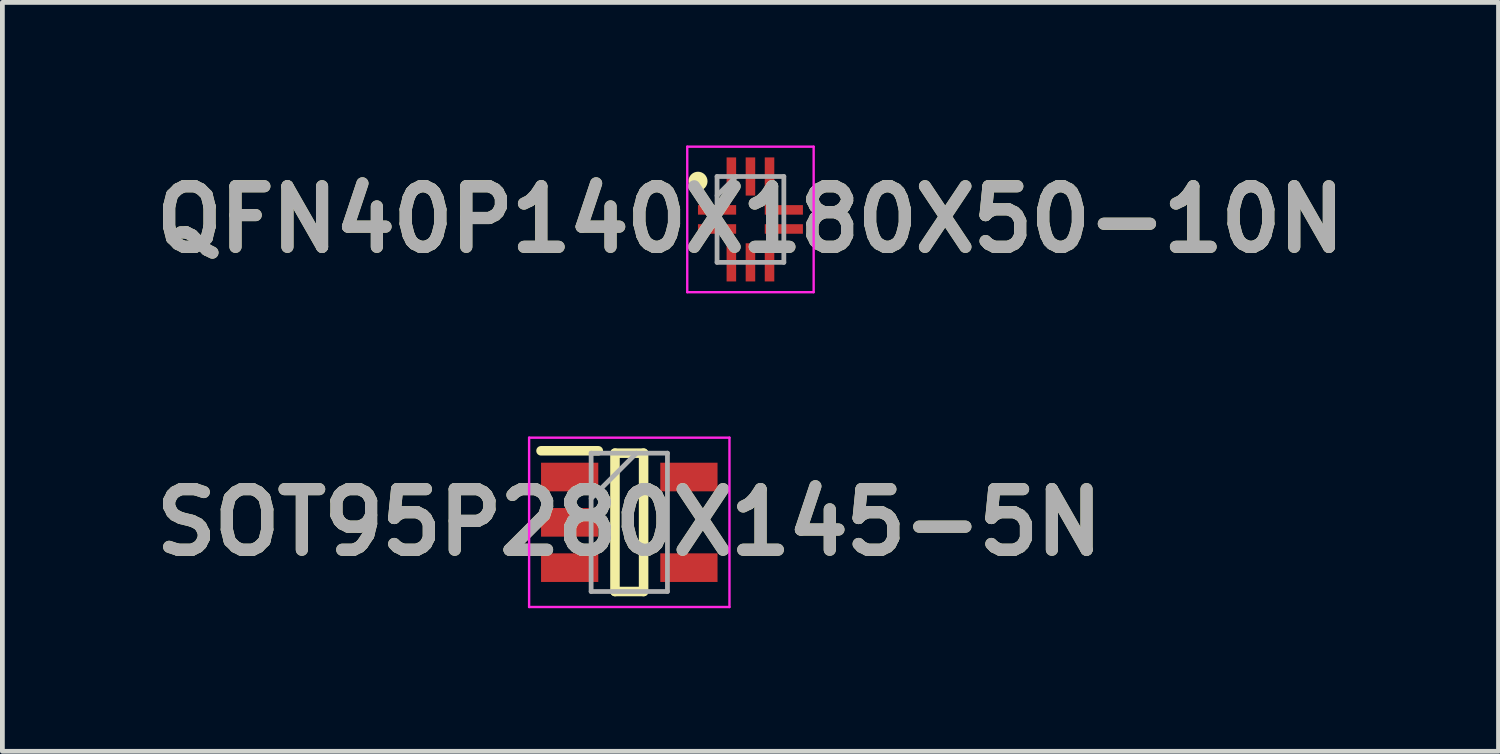
<source format=kicad_pcb>
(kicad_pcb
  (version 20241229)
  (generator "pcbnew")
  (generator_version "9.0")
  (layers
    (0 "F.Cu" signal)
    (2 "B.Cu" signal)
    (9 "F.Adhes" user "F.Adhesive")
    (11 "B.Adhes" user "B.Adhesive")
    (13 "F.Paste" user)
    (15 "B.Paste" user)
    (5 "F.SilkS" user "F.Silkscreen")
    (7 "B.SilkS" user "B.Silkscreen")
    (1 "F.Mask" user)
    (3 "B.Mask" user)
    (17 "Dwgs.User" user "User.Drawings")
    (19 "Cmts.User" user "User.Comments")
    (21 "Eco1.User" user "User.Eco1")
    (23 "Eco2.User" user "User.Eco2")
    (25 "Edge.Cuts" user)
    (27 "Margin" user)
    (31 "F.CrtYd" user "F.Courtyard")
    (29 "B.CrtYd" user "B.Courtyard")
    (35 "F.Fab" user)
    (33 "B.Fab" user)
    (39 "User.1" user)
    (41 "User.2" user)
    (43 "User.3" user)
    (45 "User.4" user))
  (footprint "QFN40P140X180X50-10N"
    (layer "F.Cu")
    (at 12.682 1.55)
    (property "Reference" "QFN40P140X180X50-10N" (at 0 0 0) (layer "F.SilkS") (effects (font (size 1.27 1.27) (thickness 0.254))))
    (attr smd)
    (fp_circle (center -1.1 -0.8) (end -1.1 -0.7) (stroke (width 0.2) (type solid)) (fill no) (layer "F.SilkS"))
    (fp_line (start -1.325 -1.525) (end 1.325 -1.525) (stroke (width 0.05) (type solid)) (layer "F.CrtYd"))
    (fp_line (start -1.325 1.525) (end -1.325 -1.525) (stroke (width 0.05) (type solid)) (layer "F.CrtYd"))
    (fp_line (start 1.325 -1.525) (end 1.325 1.525) (stroke (width 0.05) (type solid)) (layer "F.CrtYd"))
    (fp_line (start 1.325 1.525) (end -1.325 1.525) (stroke (width 0.05) (type solid)) (layer "F.CrtYd"))
    (fp_line (start -0.7 -0.9) (end 0.7 -0.9) (stroke (width 0.1) (type solid)) (layer "F.Fab"))
    (fp_line (start -0.7 -0.5) (end -0.3 -0.9) (stroke (width 0.1) (type solid)) (layer "F.Fab"))
    (fp_line (start -0.7 0.9) (end -0.7 -0.9) (stroke (width 0.1) (type solid)) (layer "F.Fab"))
    (fp_line (start 0.7 -0.9) (end 0.7 0.9) (stroke (width 0.1) (type solid)) (layer "F.Fab"))
    (fp_line (start 0.7 0.9) (end -0.7 0.9) (stroke (width 0.1) (type solid)) (layer "F.Fab"))
    (fp_text user "${REFERENCE}" (at 0 0 0) (layer "F.Fab") (effects (font (size 1.27 1.27) (thickness 0.254))))
    (pad "1" smd rect (at -0.7 -0.2 90) (size 0.2 0.8) (layers "F.Cu" "F.Mask" "F.Paste"))
    (pad "2" smd rect (at -0.7 0.2 90) (size 0.2 0.8) (layers "F.Cu" "F.Mask" "F.Paste"))
    (pad "3" smd rect (at -0.4 0.9) (size 0.2 0.8) (layers "F.Cu" "F.Mask" "F.Paste"))
    (pad "4" smd rect (at 0 0.9) (size 0.2 0.8) (layers "F.Cu" "F.Mask" "F.Paste"))
    (pad "5" smd rect (at 0.4 0.9) (size 0.2 0.8) (layers "F.Cu" "F.Mask" "F.Paste"))
    (pad "6" smd rect (at 0.7 0.2 90) (size 0.2 0.8) (layers "F.Cu" "F.Mask" "F.Paste"))
    (pad "7" smd rect (at 0.7 -0.2 90) (size 0.2 0.8) (layers "F.Cu" "F.Mask" "F.Paste"))
    (pad "8" smd rect (at 0.4 -0.9) (size 0.2 0.8) (layers "F.Cu" "F.Mask" "F.Paste"))
    (pad "9" smd rect (at 0 -0.9) (size 0.2 0.8) (layers "F.Cu" "F.Mask" "F.Paste"))
    (pad "10" smd rect (at -0.4 -0.9) (size 0.2 0.8) (layers "F.Cu" "F.Mask" "F.Paste")))
  (footprint "SOT95P280X145-5N"
    (layer "F.Cu")
    (at 10.142 7.9)
    (property "Reference" "SOT95P280X145-5N" (at 0 0 0) (layer "F.SilkS") (effects (font (size 1.27 1.27) (thickness 0.254))))
    (attr smd)
    (fp_line (start -1.85 -1.5) (end -0.65 -1.5) (stroke (width 0.2) (type solid)) (layer "F.SilkS"))
    (fp_line (start -0.3 -1.45) (end 0.3 -1.45) (stroke (width 0.2) (type solid)) (layer "F.SilkS"))
    (fp_line (start -0.3 1.45) (end -0.3 -1.45) (stroke (width 0.2) (type solid)) (layer "F.SilkS"))
    (fp_line (start 0.3 -1.45) (end 0.3 1.45) (stroke (width 0.2) (type solid)) (layer "F.SilkS"))
    (fp_line (start 0.3 1.45) (end -0.3 1.45) (stroke (width 0.2) (type solid)) (layer "F.SilkS"))
    (fp_line (start -2.1 -1.775) (end 2.1 -1.775) (stroke (width 0.05) (type solid)) (layer "F.CrtYd"))
    (fp_line (start -2.1 1.775) (end -2.1 -1.775) (stroke (width 0.05) (type solid)) (layer "F.CrtYd"))
    (fp_line (start 2.1 -1.775) (end 2.1 1.775) (stroke (width 0.05) (type solid)) (layer "F.CrtYd"))
    (fp_line (start 2.1 1.775) (end -2.1 1.775) (stroke (width 0.05) (type solid)) (layer "F.CrtYd"))
    (fp_line (start -0.8 -1.45) (end 0.8 -1.45) (stroke (width 0.1) (type solid)) (layer "F.Fab"))
    (fp_line (start -0.8 -0.5) (end 0.15 -1.45) (stroke (width 0.1) (type solid)) (layer "F.Fab"))
    (fp_line (start -0.8 1.45) (end -0.8 -1.45) (stroke (width 0.1) (type solid)) (layer "F.Fab"))
    (fp_line (start 0.8 -1.45) (end 0.8 1.45) (stroke (width 0.1) (type solid)) (layer "F.Fab"))
    (fp_line (start 0.8 1.45) (end -0.8 1.45) (stroke (width 0.1) (type solid)) (layer "F.Fab"))
    (fp_text user "${REFERENCE}" (at 0 0 0) (layer "F.Fab") (effects (font (size 1.27 1.27) (thickness 0.254))))
    (pad "1" smd rect (at -1.25 -0.95 90) (size 0.6 1.2) (layers "F.Cu" "F.Mask" "F.Paste"))
    (pad "2" smd rect (at -1.25 0 90) (size 0.6 1.2) (layers "F.Cu" "F.Mask" "F.Paste"))
    (pad "3" smd rect (at -1.25 0.95 90) (size 0.6 1.2) (layers "F.Cu" "F.Mask" "F.Paste"))
    (pad "4" smd rect (at 1.25 0.95 90) (size 0.6 1.2) (layers "F.Cu" "F.Mask" "F.Paste"))
    (pad "5" smd rect (at 1.25 -0.95 90) (size 0.6 1.2) (layers "F.Cu" "F.Mask" "F.Paste")))
  (gr_rect
    (start -3 -3)
    (end 28.364 12.7)
    (stroke (width 0.1) (type default))
    (fill no)
    (layer "Edge.Cuts")))
</source>
